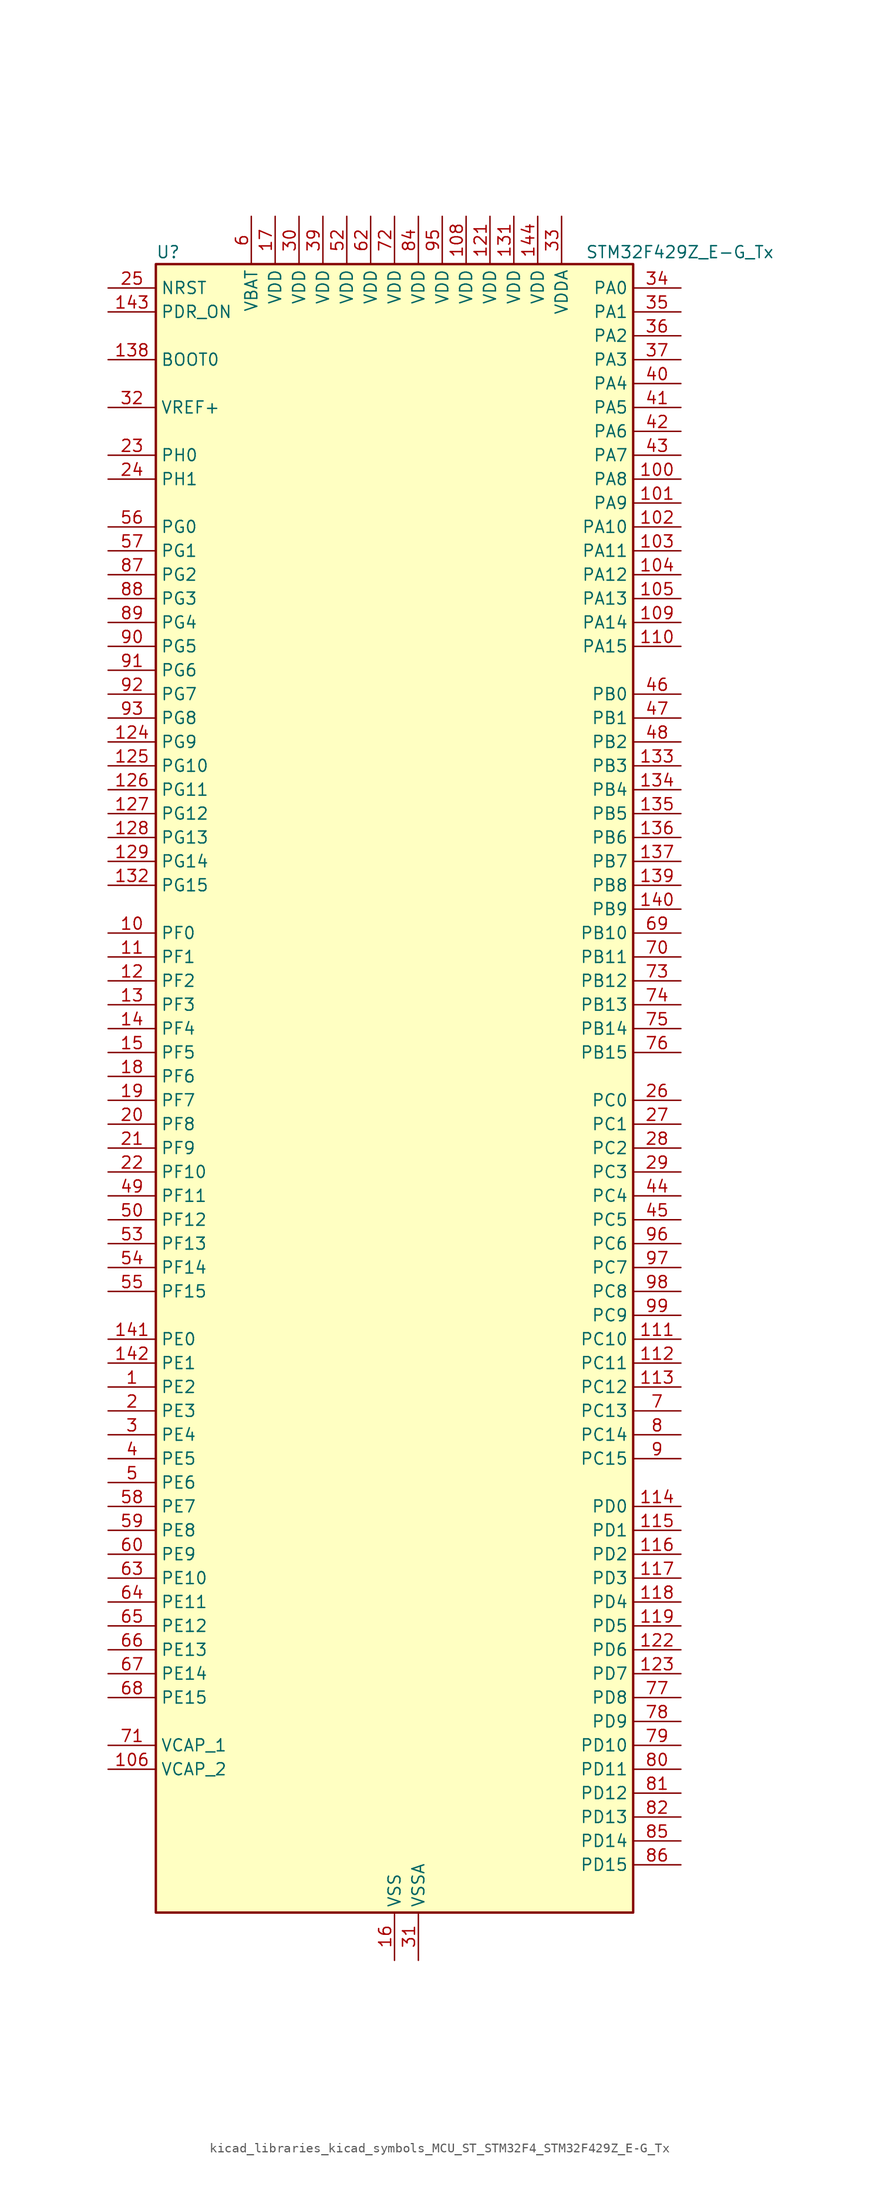
<source format=kicad_sym>
(kicad_symbol_lib
  (version 20220914)
  (generator kicad_symbol_editor)
  (symbol "kicad_libraries_kicad_symbols_MCU_ST_STM32F4_STM32F429Z_E-G_Tx"
    (property "Reference" "U"
      (at -25.4 90.17 0)
      (effects (font (size 1.27 1.27)) (justify left)))
    (property "Value" "STM32F429Z_E-G_Tx"
      (at 20.32 90.17 0)
      (effects (font (size 1.27 1.27)) (justify left)))
    (property "ki_locked" ""
      (at 0 0 0)
      (effects (font (size 1.27 1.27))))
    (symbol "kicad_libraries_kicad_symbols_MCU_ST_STM32F4_STM32F429Z_E-G_Tx_0_1"
      (rectangle (start -25.4 -86.36) (end 25.4 88.9) (stroke (width 0.254) (type default)) (fill (type background))))
    (symbol "kicad_libraries_kicad_symbols_MCU_ST_STM32F4_STM32F429Z_E-G_Tx_1_1"
      (pin bidirectional line (at -30.48 -30.48 0) (length 5.08) (name "PE2" (effects (font (size 1.27 1.27)))) (number "1" (effects (font (size 1.27 1.27)))) (alternate "ETH_TXD3" bidirectional line) (alternate "FMC_A23" bidirectional line) (alternate "SAI1_MCLK_A" bidirectional line) (alternate "SPI4_SCK" bidirectional line) (alternate "SYS_TRACECLK" bidirectional line))
      (pin bidirectional line (at -30.48 17.78 0) (length 5.08) (name "PF0" (effects (font (size 1.27 1.27)))) (number "10" (effects (font (size 1.27 1.27)))) (alternate "FMC_A0" bidirectional line) (alternate "I2C2_SDA" bidirectional line))
      (pin bidirectional line (at 30.48 66.04 180) (length 5.08) (name "PA8" (effects (font (size 1.27 1.27)))) (number "100" (effects (font (size 1.27 1.27)))) (alternate "I2C3_SCL" bidirectional line) (alternate "LTDC_R6" bidirectional line) (alternate "RCC_MCO_1" bidirectional line) (alternate "TIM1_CH1" bidirectional line) (alternate "USART1_CK" bidirectional line) (alternate "USB_OTG_FS_SOF" bidirectional line))
      (pin bidirectional line (at 30.48 63.5 180) (length 5.08) (name "PA9" (effects (font (size 1.27 1.27)))) (number "101" (effects (font (size 1.27 1.27)))) (alternate "DAC_EXTI9" bidirectional line) (alternate "DCMI_D0" bidirectional line) (alternate "I2C3_SMBA" bidirectional line) (alternate "TIM1_CH2" bidirectional line) (alternate "USART1_TX" bidirectional line) (alternate "USB_OTG_FS_VBUS" bidirectional line))
      (pin bidirectional line (at 30.48 60.96 180) (length 5.08) (name "PA10" (effects (font (size 1.27 1.27)))) (number "102" (effects (font (size 1.27 1.27)))) (alternate "DCMI_D1" bidirectional line) (alternate "TIM1_CH3" bidirectional line) (alternate "USART1_RX" bidirectional line) (alternate "USB_OTG_FS_ID" bidirectional line))
      (pin bidirectional line (at 30.48 58.42 180) (length 5.08) (name "PA11" (effects (font (size 1.27 1.27)))) (number "103" (effects (font (size 1.27 1.27)))) (alternate "ADC1_EXTI11" bidirectional line) (alternate "ADC2_EXTI11" bidirectional line) (alternate "ADC3_EXTI11" bidirectional line) (alternate "CAN1_RX" bidirectional line) (alternate "LTDC_R4" bidirectional line) (alternate "TIM1_CH4" bidirectional line) (alternate "USART1_CTS" bidirectional line) (alternate "USB_OTG_FS_DM" bidirectional line))
      (pin bidirectional line (at 30.48 55.88 180) (length 5.08) (name "PA12" (effects (font (size 1.27 1.27)))) (number "104" (effects (font (size 1.27 1.27)))) (alternate "CAN1_TX" bidirectional line) (alternate "LTDC_R5" bidirectional line) (alternate "TIM1_ETR" bidirectional line) (alternate "USART1_RTS" bidirectional line) (alternate "USB_OTG_FS_DP" bidirectional line))
      (pin bidirectional line (at 30.48 53.34 180) (length 5.08) (name "PA13" (effects (font (size 1.27 1.27)))) (number "105" (effects (font (size 1.27 1.27)))) (alternate "SYS_JTMS-SWDIO" bidirectional line))
      (pin power_out line (at -30.48 -71.12 0) (length 5.08) (name "VCAP_2" (effects (font (size 1.27 1.27)))) (number "106" (effects (font (size 1.27 1.27)))))
      (pin passive line (at 0 -91.44 90) (length 5.08) hide (name "VSS" (effects (font (size 1.27 1.27)))) (number "107" (effects (font (size 1.27 1.27)))))
      (pin power_in line (at 7.62 93.98 270) (length 5.08) (name "VDD" (effects (font (size 1.27 1.27)))) (number "108" (effects (font (size 1.27 1.27)))))
      (pin bidirectional line (at 30.48 50.8 180) (length 5.08) (name "PA14" (effects (font (size 1.27 1.27)))) (number "109" (effects (font (size 1.27 1.27)))) (alternate "SYS_JTCK-SWCLK" bidirectional line))
      (pin bidirectional line (at -30.48 15.24 0) (length 5.08) (name "PF1" (effects (font (size 1.27 1.27)))) (number "11" (effects (font (size 1.27 1.27)))) (alternate "FMC_A1" bidirectional line) (alternate "I2C2_SCL" bidirectional line))
      (pin bidirectional line (at 30.48 48.26 180) (length 5.08) (name "PA15" (effects (font (size 1.27 1.27)))) (number "110" (effects (font (size 1.27 1.27)))) (alternate "ADC1_EXTI15" bidirectional line) (alternate "ADC2_EXTI15" bidirectional line) (alternate "ADC3_EXTI15" bidirectional line) (alternate "I2S3_WS" bidirectional line) (alternate "SPI1_NSS" bidirectional line) (alternate "SPI3_NSS" bidirectional line) (alternate "SYS_JTDI" bidirectional line) (alternate "TIM2_CH1" bidirectional line) (alternate "TIM2_ETR" bidirectional line))
      (pin bidirectional line (at 30.48 -25.4 180) (length 5.08) (name "PC10" (effects (font (size 1.27 1.27)))) (number "111" (effects (font (size 1.27 1.27)))) (alternate "DCMI_D8" bidirectional line) (alternate "I2S3_CK" bidirectional line) (alternate "LTDC_R2" bidirectional line) (alternate "SDIO_D2" bidirectional line) (alternate "SPI3_SCK" bidirectional line) (alternate "UART4_TX" bidirectional line) (alternate "USART3_TX" bidirectional line))
      (pin bidirectional line (at 30.48 -27.94 180) (length 5.08) (name "PC11" (effects (font (size 1.27 1.27)))) (number "112" (effects (font (size 1.27 1.27)))) (alternate "ADC1_EXTI11" bidirectional line) (alternate "ADC2_EXTI11" bidirectional line) (alternate "ADC3_EXTI11" bidirectional line) (alternate "DCMI_D4" bidirectional line) (alternate "I2S3_ext_SD" bidirectional line) (alternate "SDIO_D3" bidirectional line) (alternate "SPI3_MISO" bidirectional line) (alternate "UART4_RX" bidirectional line) (alternate "USART3_RX" bidirectional line))
      (pin bidirectional line (at 30.48 -30.48 180) (length 5.08) (name "PC12" (effects (font (size 1.27 1.27)))) (number "113" (effects (font (size 1.27 1.27)))) (alternate "DCMI_D9" bidirectional line) (alternate "I2S3_SD" bidirectional line) (alternate "SDIO_CK" bidirectional line) (alternate "SPI3_MOSI" bidirectional line) (alternate "UART5_TX" bidirectional line) (alternate "USART3_CK" bidirectional line))
      (pin bidirectional line (at 30.48 -43.18 180) (length 5.08) (name "PD0" (effects (font (size 1.27 1.27)))) (number "114" (effects (font (size 1.27 1.27)))) (alternate "CAN1_RX" bidirectional line) (alternate "FMC_D2" bidirectional line) (alternate "FMC_DA2" bidirectional line))
      (pin bidirectional line (at 30.48 -45.72 180) (length 5.08) (name "PD1" (effects (font (size 1.27 1.27)))) (number "115" (effects (font (size 1.27 1.27)))) (alternate "CAN1_TX" bidirectional line) (alternate "FMC_D3" bidirectional line) (alternate "FMC_DA3" bidirectional line))
      (pin bidirectional line (at 30.48 -48.26 180) (length 5.08) (name "PD2" (effects (font (size 1.27 1.27)))) (number "116" (effects (font (size 1.27 1.27)))) (alternate "DCMI_D11" bidirectional line) (alternate "SDIO_CMD" bidirectional line) (alternate "TIM3_ETR" bidirectional line) (alternate "UART5_RX" bidirectional line))
      (pin bidirectional line (at 30.48 -50.8 180) (length 5.08) (name "PD3" (effects (font (size 1.27 1.27)))) (number "117" (effects (font (size 1.27 1.27)))) (alternate "DCMI_D5" bidirectional line) (alternate "FMC_CLK" bidirectional line) (alternate "I2S2_CK" bidirectional line) (alternate "LTDC_G7" bidirectional line) (alternate "SPI2_SCK" bidirectional line) (alternate "USART2_CTS" bidirectional line))
      (pin bidirectional line (at 30.48 -53.34 180) (length 5.08) (name "PD4" (effects (font (size 1.27 1.27)))) (number "118" (effects (font (size 1.27 1.27)))) (alternate "FMC_NOE" bidirectional line) (alternate "USART2_RTS" bidirectional line))
      (pin bidirectional line (at 30.48 -55.88 180) (length 5.08) (name "PD5" (effects (font (size 1.27 1.27)))) (number "119" (effects (font (size 1.27 1.27)))) (alternate "FMC_NWE" bidirectional line) (alternate "USART2_TX" bidirectional line))
      (pin bidirectional line (at -30.48 12.7 0) (length 5.08) (name "PF2" (effects (font (size 1.27 1.27)))) (number "12" (effects (font (size 1.27 1.27)))) (alternate "FMC_A2" bidirectional line) (alternate "I2C2_SMBA" bidirectional line))
      (pin passive line (at 0 -91.44 90) (length 5.08) hide (name "VSS" (effects (font (size 1.27 1.27)))) (number "120" (effects (font (size 1.27 1.27)))))
      (pin power_in line (at 10.16 93.98 270) (length 5.08) (name "VDD" (effects (font (size 1.27 1.27)))) (number "121" (effects (font (size 1.27 1.27)))))
      (pin bidirectional line (at 30.48 -58.42 180) (length 5.08) (name "PD6" (effects (font (size 1.27 1.27)))) (number "122" (effects (font (size 1.27 1.27)))) (alternate "DCMI_D10" bidirectional line) (alternate "FMC_NWAIT" bidirectional line) (alternate "I2S3_SD" bidirectional line) (alternate "LTDC_B2" bidirectional line) (alternate "SAI1_SD_A" bidirectional line) (alternate "SPI3_MOSI" bidirectional line) (alternate "USART2_RX" bidirectional line))
      (pin bidirectional line (at 30.48 -60.96 180) (length 5.08) (name "PD7" (effects (font (size 1.27 1.27)))) (number "123" (effects (font (size 1.27 1.27)))) (alternate "FMC_NCE2" bidirectional line) (alternate "FMC_NE1" bidirectional line) (alternate "USART2_CK" bidirectional line))
      (pin bidirectional line (at -30.48 38.1 0) (length 5.08) (name "PG9" (effects (font (size 1.27 1.27)))) (number "124" (effects (font (size 1.27 1.27)))) (alternate "DAC_EXTI9" bidirectional line) (alternate "DCMI_VSYNC" bidirectional line) (alternate "FMC_NCE3" bidirectional line) (alternate "FMC_NE2" bidirectional line) (alternate "USART6_RX" bidirectional line))
      (pin bidirectional line (at -30.48 35.56 0) (length 5.08) (name "PG10" (effects (font (size 1.27 1.27)))) (number "125" (effects (font (size 1.27 1.27)))) (alternate "DCMI_D2" bidirectional line) (alternate "FMC_NCE4_1" bidirectional line) (alternate "FMC_NE3" bidirectional line) (alternate "LTDC_B2" bidirectional line) (alternate "LTDC_G3" bidirectional line))
      (pin bidirectional line (at -30.48 33.02 0) (length 5.08) (name "PG11" (effects (font (size 1.27 1.27)))) (number "126" (effects (font (size 1.27 1.27)))) (alternate "ADC1_EXTI11" bidirectional line) (alternate "ADC2_EXTI11" bidirectional line) (alternate "ADC3_EXTI11" bidirectional line) (alternate "DCMI_D3" bidirectional line) (alternate "ETH_TX_EN" bidirectional line) (alternate "FMC_NCE4_2" bidirectional line) (alternate "LTDC_B3" bidirectional line))
      (pin bidirectional line (at -30.48 30.48 0) (length 5.08) (name "PG12" (effects (font (size 1.27 1.27)))) (number "127" (effects (font (size 1.27 1.27)))) (alternate "FMC_NE4" bidirectional line) (alternate "LTDC_B1" bidirectional line) (alternate "LTDC_B4" bidirectional line) (alternate "SPI6_MISO" bidirectional line) (alternate "USART6_RTS" bidirectional line))
      (pin bidirectional line (at -30.48 27.94 0) (length 5.08) (name "PG13" (effects (font (size 1.27 1.27)))) (number "128" (effects (font (size 1.27 1.27)))) (alternate "ETH_TXD0" bidirectional line) (alternate "FMC_A24" bidirectional line) (alternate "SPI6_SCK" bidirectional line) (alternate "USART6_CTS" bidirectional line))
      (pin bidirectional line (at -30.48 25.4 0) (length 5.08) (name "PG14" (effects (font (size 1.27 1.27)))) (number "129" (effects (font (size 1.27 1.27)))) (alternate "ETH_TXD1" bidirectional line) (alternate "FMC_A25" bidirectional line) (alternate "SPI6_MOSI" bidirectional line) (alternate "USART6_TX" bidirectional line))
      (pin bidirectional line (at -30.48 10.16 0) (length 5.08) (name "PF3" (effects (font (size 1.27 1.27)))) (number "13" (effects (font (size 1.27 1.27)))) (alternate "ADC3_IN9" bidirectional line) (alternate "FMC_A3" bidirectional line))
      (pin passive line (at 0 -91.44 90) (length 5.08) hide (name "VSS" (effects (font (size 1.27 1.27)))) (number "130" (effects (font (size 1.27 1.27)))))
      (pin power_in line (at 12.7 93.98 270) (length 5.08) (name "VDD" (effects (font (size 1.27 1.27)))) (number "131" (effects (font (size 1.27 1.27)))))
      (pin bidirectional line (at -30.48 22.86 0) (length 5.08) (name "PG15" (effects (font (size 1.27 1.27)))) (number "132" (effects (font (size 1.27 1.27)))) (alternate "ADC1_EXTI15" bidirectional line) (alternate "ADC2_EXTI15" bidirectional line) (alternate "ADC3_EXTI15" bidirectional line) (alternate "DCMI_D13" bidirectional line) (alternate "FMC_SDNCAS" bidirectional line) (alternate "USART6_CTS" bidirectional line))
      (pin bidirectional line (at 30.48 35.56 180) (length 5.08) (name "PB3" (effects (font (size 1.27 1.27)))) (number "133" (effects (font (size 1.27 1.27)))) (alternate "I2S3_CK" bidirectional line) (alternate "SPI1_SCK" bidirectional line) (alternate "SPI3_SCK" bidirectional line) (alternate "SYS_JTDO-SWO" bidirectional line) (alternate "TIM2_CH2" bidirectional line))
      (pin bidirectional line (at 30.48 33.02 180) (length 5.08) (name "PB4" (effects (font (size 1.27 1.27)))) (number "134" (effects (font (size 1.27 1.27)))) (alternate "I2S3_ext_SD" bidirectional line) (alternate "SPI1_MISO" bidirectional line) (alternate "SPI3_MISO" bidirectional line) (alternate "SYS_JTRST" bidirectional line) (alternate "TIM3_CH1" bidirectional line))
      (pin bidirectional line (at 30.48 30.48 180) (length 5.08) (name "PB5" (effects (font (size 1.27 1.27)))) (number "135" (effects (font (size 1.27 1.27)))) (alternate "CAN2_RX" bidirectional line) (alternate "DCMI_D10" bidirectional line) (alternate "ETH_PPS_OUT" bidirectional line) (alternate "FMC_SDCKE1" bidirectional line) (alternate "I2C1_SMBA" bidirectional line) (alternate "I2S3_SD" bidirectional line) (alternate "SPI1_MOSI" bidirectional line) (alternate "SPI3_MOSI" bidirectional line) (alternate "TIM3_CH2" bidirectional line) (alternate "USB_OTG_HS_ULPI_D7" bidirectional line))
      (pin bidirectional line (at 30.48 27.94 180) (length 5.08) (name "PB6" (effects (font (size 1.27 1.27)))) (number "136" (effects (font (size 1.27 1.27)))) (alternate "CAN2_TX" bidirectional line) (alternate "DCMI_D5" bidirectional line) (alternate "FMC_SDNE1" bidirectional line) (alternate "I2C1_SCL" bidirectional line) (alternate "TIM4_CH1" bidirectional line) (alternate "USART1_TX" bidirectional line))
      (pin bidirectional line (at 30.48 25.4 180) (length 5.08) (name "PB7" (effects (font (size 1.27 1.27)))) (number "137" (effects (font (size 1.27 1.27)))) (alternate "DCMI_VSYNC" bidirectional line) (alternate "FMC_NL" bidirectional line) (alternate "I2C1_SDA" bidirectional line) (alternate "TIM4_CH2" bidirectional line) (alternate "USART1_RX" bidirectional line))
      (pin input line (at -30.48 78.74 0) (length 5.08) (name "BOOT0" (effects (font (size 1.27 1.27)))) (number "138" (effects (font (size 1.27 1.27)))))
      (pin bidirectional line (at 30.48 22.86 180) (length 5.08) (name "PB8" (effects (font (size 1.27 1.27)))) (number "139" (effects (font (size 1.27 1.27)))) (alternate "CAN1_RX" bidirectional line) (alternate "DCMI_D6" bidirectional line) (alternate "ETH_TXD3" bidirectional line) (alternate "I2C1_SCL" bidirectional line) (alternate "LTDC_B6" bidirectional line) (alternate "SDIO_D4" bidirectional line) (alternate "TIM10_CH1" bidirectional line) (alternate "TIM4_CH3" bidirectional line))
      (pin bidirectional line (at -30.48 7.62 0) (length 5.08) (name "PF4" (effects (font (size 1.27 1.27)))) (number "14" (effects (font (size 1.27 1.27)))) (alternate "ADC3_IN14" bidirectional line) (alternate "FMC_A4" bidirectional line))
      (pin bidirectional line (at 30.48 20.32 180) (length 5.08) (name "PB9" (effects (font (size 1.27 1.27)))) (number "140" (effects (font (size 1.27 1.27)))) (alternate "CAN1_TX" bidirectional line) (alternate "DAC_EXTI9" bidirectional line) (alternate "DCMI_D7" bidirectional line) (alternate "I2C1_SDA" bidirectional line) (alternate "I2S2_WS" bidirectional line) (alternate "LTDC_B7" bidirectional line) (alternate "SDIO_D5" bidirectional line) (alternate "SPI2_NSS" bidirectional line) (alternate "TIM11_CH1" bidirectional line) (alternate "TIM4_CH4" bidirectional line))
      (pin bidirectional line (at -30.48 -25.4 0) (length 5.08) (name "PE0" (effects (font (size 1.27 1.27)))) (number "141" (effects (font (size 1.27 1.27)))) (alternate "DCMI_D2" bidirectional line) (alternate "FMC_NBL0" bidirectional line) (alternate "TIM4_ETR" bidirectional line) (alternate "UART8_RX" bidirectional line))
      (pin bidirectional line (at -30.48 -27.94 0) (length 5.08) (name "PE1" (effects (font (size 1.27 1.27)))) (number "142" (effects (font (size 1.27 1.27)))) (alternate "DCMI_D3" bidirectional line) (alternate "FMC_NBL1" bidirectional line) (alternate "UART8_TX" bidirectional line))
      (pin input line (at -30.48 83.82 0) (length 5.08) (name "PDR_ON" (effects (font (size 1.27 1.27)))) (number "143" (effects (font (size 1.27 1.27)))))
      (pin power_in line (at 15.24 93.98 270) (length 5.08) (name "VDD" (effects (font (size 1.27 1.27)))) (number "144" (effects (font (size 1.27 1.27)))))
      (pin bidirectional line (at -30.48 5.08 0) (length 5.08) (name "PF5" (effects (font (size 1.27 1.27)))) (number "15" (effects (font (size 1.27 1.27)))) (alternate "ADC3_IN15" bidirectional line) (alternate "FMC_A5" bidirectional line))
      (pin power_in line (at 0 -91.44 90) (length 5.08) (name "VSS" (effects (font (size 1.27 1.27)))) (number "16" (effects (font (size 1.27 1.27)))))
      (pin power_in line (at -12.7 93.98 270) (length 5.08) (name "VDD" (effects (font (size 1.27 1.27)))) (number "17" (effects (font (size 1.27 1.27)))))
      (pin bidirectional line (at -30.48 2.54 0) (length 5.08) (name "PF6" (effects (font (size 1.27 1.27)))) (number "18" (effects (font (size 1.27 1.27)))) (alternate "ADC3_IN4" bidirectional line) (alternate "FMC_NIORD" bidirectional line) (alternate "SAI1_SD_B" bidirectional line) (alternate "SPI5_NSS" bidirectional line) (alternate "TIM10_CH1" bidirectional line) (alternate "UART7_RX" bidirectional line))
      (pin bidirectional line (at -30.48 0 0) (length 5.08) (name "PF7" (effects (font (size 1.27 1.27)))) (number "19" (effects (font (size 1.27 1.27)))) (alternate "ADC3_IN5" bidirectional line) (alternate "FMC_NREG" bidirectional line) (alternate "SAI1_MCLK_B" bidirectional line) (alternate "SPI5_SCK" bidirectional line) (alternate "TIM11_CH1" bidirectional line) (alternate "UART7_TX" bidirectional line))
      (pin bidirectional line (at -30.48 -33.02 0) (length 5.08) (name "PE3" (effects (font (size 1.27 1.27)))) (number "2" (effects (font (size 1.27 1.27)))) (alternate "FMC_A19" bidirectional line) (alternate "SAI1_SD_B" bidirectional line) (alternate "SYS_TRACED0" bidirectional line))
      (pin bidirectional line (at -30.48 -2.54 0) (length 5.08) (name "PF8" (effects (font (size 1.27 1.27)))) (number "20" (effects (font (size 1.27 1.27)))) (alternate "ADC3_IN6" bidirectional line) (alternate "FMC_NIOWR" bidirectional line) (alternate "SAI1_SCK_B" bidirectional line) (alternate "SPI5_MISO" bidirectional line) (alternate "TIM13_CH1" bidirectional line))
      (pin bidirectional line (at -30.48 -5.08 0) (length 5.08) (name "PF9" (effects (font (size 1.27 1.27)))) (number "21" (effects (font (size 1.27 1.27)))) (alternate "ADC3_IN7" bidirectional line) (alternate "DAC_EXTI9" bidirectional line) (alternate "FMC_CD" bidirectional line) (alternate "SAI1_FS_B" bidirectional line) (alternate "SPI5_MOSI" bidirectional line) (alternate "TIM14_CH1" bidirectional line))
      (pin bidirectional line (at -30.48 -7.62 0) (length 5.08) (name "PF10" (effects (font (size 1.27 1.27)))) (number "22" (effects (font (size 1.27 1.27)))) (alternate "ADC3_IN8" bidirectional line) (alternate "DCMI_D11" bidirectional line) (alternate "FMC_INTR" bidirectional line) (alternate "LTDC_DE" bidirectional line))
      (pin bidirectional line (at -30.48 68.58 0) (length 5.08) (name "PH0" (effects (font (size 1.27 1.27)))) (number "23" (effects (font (size 1.27 1.27)))) (alternate "RCC_OSC_IN" bidirectional line))
      (pin bidirectional line (at -30.48 66.04 0) (length 5.08) (name "PH1" (effects (font (size 1.27 1.27)))) (number "24" (effects (font (size 1.27 1.27)))) (alternate "RCC_OSC_OUT" bidirectional line))
      (pin input line (at -30.48 86.36 0) (length 5.08) (name "NRST" (effects (font (size 1.27 1.27)))) (number "25" (effects (font (size 1.27 1.27)))))
      (pin bidirectional line (at 30.48 0 180) (length 5.08) (name "PC0" (effects (font (size 1.27 1.27)))) (number "26" (effects (font (size 1.27 1.27)))) (alternate "ADC1_IN10" bidirectional line) (alternate "ADC2_IN10" bidirectional line) (alternate "ADC3_IN10" bidirectional line) (alternate "FMC_SDNWE" bidirectional line) (alternate "USB_OTG_HS_ULPI_STP" bidirectional line))
      (pin bidirectional line (at 30.48 -2.54 180) (length 5.08) (name "PC1" (effects (font (size 1.27 1.27)))) (number "27" (effects (font (size 1.27 1.27)))) (alternate "ADC1_IN11" bidirectional line) (alternate "ADC2_IN11" bidirectional line) (alternate "ADC3_IN11" bidirectional line) (alternate "ETH_MDC" bidirectional line))
      (pin bidirectional line (at 30.48 -5.08 180) (length 5.08) (name "PC2" (effects (font (size 1.27 1.27)))) (number "28" (effects (font (size 1.27 1.27)))) (alternate "ADC1_IN12" bidirectional line) (alternate "ADC2_IN12" bidirectional line) (alternate "ADC3_IN12" bidirectional line) (alternate "ETH_TXD2" bidirectional line) (alternate "FMC_SDNE0" bidirectional line) (alternate "I2S2_ext_SD" bidirectional line) (alternate "SPI2_MISO" bidirectional line) (alternate "USB_OTG_HS_ULPI_DIR" bidirectional line))
      (pin bidirectional line (at 30.48 -7.62 180) (length 5.08) (name "PC3" (effects (font (size 1.27 1.27)))) (number "29" (effects (font (size 1.27 1.27)))) (alternate "ADC1_IN13" bidirectional line) (alternate "ADC2_IN13" bidirectional line) (alternate "ADC3_IN13" bidirectional line) (alternate "ETH_TX_CLK" bidirectional line) (alternate "FMC_SDCKE0" bidirectional line) (alternate "I2S2_SD" bidirectional line) (alternate "SPI2_MOSI" bidirectional line) (alternate "USB_OTG_HS_ULPI_NXT" bidirectional line))
      (pin bidirectional line (at -30.48 -35.56 0) (length 5.08) (name "PE4" (effects (font (size 1.27 1.27)))) (number "3" (effects (font (size 1.27 1.27)))) (alternate "DCMI_D4" bidirectional line) (alternate "FMC_A20" bidirectional line) (alternate "LTDC_B0" bidirectional line) (alternate "SAI1_FS_A" bidirectional line) (alternate "SPI4_NSS" bidirectional line) (alternate "SYS_TRACED1" bidirectional line))
      (pin power_in line (at -10.16 93.98 270) (length 5.08) (name "VDD" (effects (font (size 1.27 1.27)))) (number "30" (effects (font (size 1.27 1.27)))))
      (pin power_in line (at 2.54 -91.44 90) (length 5.08) (name "VSSA" (effects (font (size 1.27 1.27)))) (number "31" (effects (font (size 1.27 1.27)))))
      (pin input line (at -30.48 73.66 0) (length 5.08) (name "VREF+" (effects (font (size 1.27 1.27)))) (number "32" (effects (font (size 1.27 1.27)))))
      (pin power_in line (at 17.78 93.98 270) (length 5.08) (name "VDDA" (effects (font (size 1.27 1.27)))) (number "33" (effects (font (size 1.27 1.27)))))
      (pin bidirectional line (at 30.48 86.36 180) (length 5.08) (name "PA0" (effects (font (size 1.27 1.27)))) (number "34" (effects (font (size 1.27 1.27)))) (alternate "ADC1_IN0" bidirectional line) (alternate "ADC2_IN0" bidirectional line) (alternate "ADC3_IN0" bidirectional line) (alternate "ETH_CRS" bidirectional line) (alternate "SYS_WKUP" bidirectional line) (alternate "TIM2_CH1" bidirectional line) (alternate "TIM2_ETR" bidirectional line) (alternate "TIM5_CH1" bidirectional line) (alternate "TIM8_ETR" bidirectional line) (alternate "UART4_TX" bidirectional line) (alternate "USART2_CTS" bidirectional line))
      (pin bidirectional line (at 30.48 83.82 180) (length 5.08) (name "PA1" (effects (font (size 1.27 1.27)))) (number "35" (effects (font (size 1.27 1.27)))) (alternate "ADC1_IN1" bidirectional line) (alternate "ADC2_IN1" bidirectional line) (alternate "ADC3_IN1" bidirectional line) (alternate "ETH_REF_CLK" bidirectional line) (alternate "ETH_RX_CLK" bidirectional line) (alternate "TIM2_CH2" bidirectional line) (alternate "TIM5_CH2" bidirectional line) (alternate "UART4_RX" bidirectional line) (alternate "USART2_RTS" bidirectional line))
      (pin bidirectional line (at 30.48 81.28 180) (length 5.08) (name "PA2" (effects (font (size 1.27 1.27)))) (number "36" (effects (font (size 1.27 1.27)))) (alternate "ADC1_IN2" bidirectional line) (alternate "ADC2_IN2" bidirectional line) (alternate "ADC3_IN2" bidirectional line) (alternate "ETH_MDIO" bidirectional line) (alternate "TIM2_CH3" bidirectional line) (alternate "TIM5_CH3" bidirectional line) (alternate "TIM9_CH1" bidirectional line) (alternate "USART2_TX" bidirectional line))
      (pin bidirectional line (at 30.48 78.74 180) (length 5.08) (name "PA3" (effects (font (size 1.27 1.27)))) (number "37" (effects (font (size 1.27 1.27)))) (alternate "ADC1_IN3" bidirectional line) (alternate "ADC2_IN3" bidirectional line) (alternate "ADC3_IN3" bidirectional line) (alternate "ETH_COL" bidirectional line) (alternate "LTDC_B5" bidirectional line) (alternate "TIM2_CH4" bidirectional line) (alternate "TIM5_CH4" bidirectional line) (alternate "TIM9_CH2" bidirectional line) (alternate "USART2_RX" bidirectional line) (alternate "USB_OTG_HS_ULPI_D0" bidirectional line))
      (pin passive line (at 0 -91.44 90) (length 5.08) hide (name "VSS" (effects (font (size 1.27 1.27)))) (number "38" (effects (font (size 1.27 1.27)))))
      (pin power_in line (at -7.62 93.98 270) (length 5.08) (name "VDD" (effects (font (size 1.27 1.27)))) (number "39" (effects (font (size 1.27 1.27)))))
      (pin bidirectional line (at -30.48 -38.1 0) (length 5.08) (name "PE5" (effects (font (size 1.27 1.27)))) (number "4" (effects (font (size 1.27 1.27)))) (alternate "DCMI_D6" bidirectional line) (alternate "FMC_A21" bidirectional line) (alternate "LTDC_G0" bidirectional line) (alternate "SAI1_SCK_A" bidirectional line) (alternate "SPI4_MISO" bidirectional line) (alternate "SYS_TRACED2" bidirectional line) (alternate "TIM9_CH1" bidirectional line))
      (pin bidirectional line (at 30.48 76.2 180) (length 5.08) (name "PA4" (effects (font (size 1.27 1.27)))) (number "40" (effects (font (size 1.27 1.27)))) (alternate "ADC1_IN4" bidirectional line) (alternate "ADC2_IN4" bidirectional line) (alternate "DAC_OUT1" bidirectional line) (alternate "DCMI_HSYNC" bidirectional line) (alternate "I2S3_WS" bidirectional line) (alternate "LTDC_VSYNC" bidirectional line) (alternate "SPI1_NSS" bidirectional line) (alternate "SPI3_NSS" bidirectional line) (alternate "USART2_CK" bidirectional line) (alternate "USB_OTG_HS_SOF" bidirectional line))
      (pin bidirectional line (at 30.48 73.66 180) (length 5.08) (name "PA5" (effects (font (size 1.27 1.27)))) (number "41" (effects (font (size 1.27 1.27)))) (alternate "ADC1_IN5" bidirectional line) (alternate "ADC2_IN5" bidirectional line) (alternate "DAC_OUT2" bidirectional line) (alternate "SPI1_SCK" bidirectional line) (alternate "TIM2_CH1" bidirectional line) (alternate "TIM2_ETR" bidirectional line) (alternate "TIM8_CH1N" bidirectional line) (alternate "USB_OTG_HS_ULPI_CK" bidirectional line))
      (pin bidirectional line (at 30.48 71.12 180) (length 5.08) (name "PA6" (effects (font (size 1.27 1.27)))) (number "42" (effects (font (size 1.27 1.27)))) (alternate "ADC1_IN6" bidirectional line) (alternate "ADC2_IN6" bidirectional line) (alternate "DCMI_PIXCLK" bidirectional line) (alternate "LTDC_G2" bidirectional line) (alternate "SPI1_MISO" bidirectional line) (alternate "TIM13_CH1" bidirectional line) (alternate "TIM1_BKIN" bidirectional line) (alternate "TIM3_CH1" bidirectional line) (alternate "TIM8_BKIN" bidirectional line))
      (pin bidirectional line (at 30.48 68.58 180) (length 5.08) (name "PA7" (effects (font (size 1.27 1.27)))) (number "43" (effects (font (size 1.27 1.27)))) (alternate "ADC1_IN7" bidirectional line) (alternate "ADC2_IN7" bidirectional line) (alternate "ETH_CRS_DV" bidirectional line) (alternate "ETH_RX_DV" bidirectional line) (alternate "SPI1_MOSI" bidirectional line) (alternate "TIM14_CH1" bidirectional line) (alternate "TIM1_CH1N" bidirectional line) (alternate "TIM3_CH2" bidirectional line) (alternate "TIM8_CH1N" bidirectional line))
      (pin bidirectional line (at 30.48 -10.16 180) (length 5.08) (name "PC4" (effects (font (size 1.27 1.27)))) (number "44" (effects (font (size 1.27 1.27)))) (alternate "ADC1_IN14" bidirectional line) (alternate "ADC2_IN14" bidirectional line) (alternate "ETH_RXD0" bidirectional line))
      (pin bidirectional line (at 30.48 -12.7 180) (length 5.08) (name "PC5" (effects (font (size 1.27 1.27)))) (number "45" (effects (font (size 1.27 1.27)))) (alternate "ADC1_IN15" bidirectional line) (alternate "ADC2_IN15" bidirectional line) (alternate "ETH_RXD1" bidirectional line))
      (pin bidirectional line (at 30.48 43.18 180) (length 5.08) (name "PB0" (effects (font (size 1.27 1.27)))) (number "46" (effects (font (size 1.27 1.27)))) (alternate "ADC1_IN8" bidirectional line) (alternate "ADC2_IN8" bidirectional line) (alternate "ETH_RXD2" bidirectional line) (alternate "LTDC_R3" bidirectional line) (alternate "TIM1_CH2N" bidirectional line) (alternate "TIM3_CH3" bidirectional line) (alternate "TIM8_CH2N" bidirectional line) (alternate "USB_OTG_HS_ULPI_D1" bidirectional line))
      (pin bidirectional line (at 30.48 40.64 180) (length 5.08) (name "PB1" (effects (font (size 1.27 1.27)))) (number "47" (effects (font (size 1.27 1.27)))) (alternate "ADC1_IN9" bidirectional line) (alternate "ADC2_IN9" bidirectional line) (alternate "ETH_RXD3" bidirectional line) (alternate "LTDC_R6" bidirectional line) (alternate "TIM1_CH3N" bidirectional line) (alternate "TIM3_CH4" bidirectional line) (alternate "TIM8_CH3N" bidirectional line) (alternate "USB_OTG_HS_ULPI_D2" bidirectional line))
      (pin bidirectional line (at 30.48 38.1 180) (length 5.08) (name "PB2" (effects (font (size 1.27 1.27)))) (number "48" (effects (font (size 1.27 1.27)))))
      (pin bidirectional line (at -30.48 -10.16 0) (length 5.08) (name "PF11" (effects (font (size 1.27 1.27)))) (number "49" (effects (font (size 1.27 1.27)))) (alternate "ADC1_EXTI11" bidirectional line) (alternate "ADC2_EXTI11" bidirectional line) (alternate "ADC3_EXTI11" bidirectional line) (alternate "DCMI_D12" bidirectional line) (alternate "FMC_SDNRAS" bidirectional line) (alternate "SPI5_MOSI" bidirectional line))
      (pin bidirectional line (at -30.48 -40.64 0) (length 5.08) (name "PE6" (effects (font (size 1.27 1.27)))) (number "5" (effects (font (size 1.27 1.27)))) (alternate "DCMI_D7" bidirectional line) (alternate "FMC_A22" bidirectional line) (alternate "LTDC_G1" bidirectional line) (alternate "SAI1_SD_A" bidirectional line) (alternate "SPI4_MOSI" bidirectional line) (alternate "SYS_TRACED3" bidirectional line) (alternate "TIM9_CH2" bidirectional line))
      (pin bidirectional line (at -30.48 -12.7 0) (length 5.08) (name "PF12" (effects (font (size 1.27 1.27)))) (number "50" (effects (font (size 1.27 1.27)))) (alternate "FMC_A6" bidirectional line))
      (pin passive line (at 0 -91.44 90) (length 5.08) hide (name "VSS" (effects (font (size 1.27 1.27)))) (number "51" (effects (font (size 1.27 1.27)))))
      (pin power_in line (at -5.08 93.98 270) (length 5.08) (name "VDD" (effects (font (size 1.27 1.27)))) (number "52" (effects (font (size 1.27 1.27)))))
      (pin bidirectional line (at -30.48 -15.24 0) (length 5.08) (name "PF13" (effects (font (size 1.27 1.27)))) (number "53" (effects (font (size 1.27 1.27)))) (alternate "FMC_A7" bidirectional line))
      (pin bidirectional line (at -30.48 -17.78 0) (length 5.08) (name "PF14" (effects (font (size 1.27 1.27)))) (number "54" (effects (font (size 1.27 1.27)))) (alternate "FMC_A8" bidirectional line))
      (pin bidirectional line (at -30.48 -20.32 0) (length 5.08) (name "PF15" (effects (font (size 1.27 1.27)))) (number "55" (effects (font (size 1.27 1.27)))) (alternate "ADC1_EXTI15" bidirectional line) (alternate "ADC2_EXTI15" bidirectional line) (alternate "ADC3_EXTI15" bidirectional line) (alternate "FMC_A9" bidirectional line))
      (pin bidirectional line (at -30.48 60.96 0) (length 5.08) (name "PG0" (effects (font (size 1.27 1.27)))) (number "56" (effects (font (size 1.27 1.27)))) (alternate "FMC_A10" bidirectional line))
      (pin bidirectional line (at -30.48 58.42 0) (length 5.08) (name "PG1" (effects (font (size 1.27 1.27)))) (number "57" (effects (font (size 1.27 1.27)))) (alternate "FMC_A11" bidirectional line))
      (pin bidirectional line (at -30.48 -43.18 0) (length 5.08) (name "PE7" (effects (font (size 1.27 1.27)))) (number "58" (effects (font (size 1.27 1.27)))) (alternate "FMC_D4" bidirectional line) (alternate "FMC_DA4" bidirectional line) (alternate "TIM1_ETR" bidirectional line) (alternate "UART7_RX" bidirectional line))
      (pin bidirectional line (at -30.48 -45.72 0) (length 5.08) (name "PE8" (effects (font (size 1.27 1.27)))) (number "59" (effects (font (size 1.27 1.27)))) (alternate "FMC_D5" bidirectional line) (alternate "FMC_DA5" bidirectional line) (alternate "TIM1_CH1N" bidirectional line) (alternate "UART7_TX" bidirectional line))
      (pin power_in line (at -15.24 93.98 270) (length 5.08) (name "VBAT" (effects (font (size 1.27 1.27)))) (number "6" (effects (font (size 1.27 1.27)))))
      (pin bidirectional line (at -30.48 -48.26 0) (length 5.08) (name "PE9" (effects (font (size 1.27 1.27)))) (number "60" (effects (font (size 1.27 1.27)))) (alternate "DAC_EXTI9" bidirectional line) (alternate "FMC_D6" bidirectional line) (alternate "FMC_DA6" bidirectional line) (alternate "TIM1_CH1" bidirectional line))
      (pin passive line (at 0 -91.44 90) (length 5.08) hide (name "VSS" (effects (font (size 1.27 1.27)))) (number "61" (effects (font (size 1.27 1.27)))))
      (pin power_in line (at -2.54 93.98 270) (length 5.08) (name "VDD" (effects (font (size 1.27 1.27)))) (number "62" (effects (font (size 1.27 1.27)))))
      (pin bidirectional line (at -30.48 -50.8 0) (length 5.08) (name "PE10" (effects (font (size 1.27 1.27)))) (number "63" (effects (font (size 1.27 1.27)))) (alternate "FMC_D7" bidirectional line) (alternate "FMC_DA7" bidirectional line) (alternate "TIM1_CH2N" bidirectional line))
      (pin bidirectional line (at -30.48 -53.34 0) (length 5.08) (name "PE11" (effects (font (size 1.27 1.27)))) (number "64" (effects (font (size 1.27 1.27)))) (alternate "ADC1_EXTI11" bidirectional line) (alternate "ADC2_EXTI11" bidirectional line) (alternate "ADC3_EXTI11" bidirectional line) (alternate "FMC_D8" bidirectional line) (alternate "FMC_DA8" bidirectional line) (alternate "LTDC_G3" bidirectional line) (alternate "SPI4_NSS" bidirectional line) (alternate "TIM1_CH2" bidirectional line))
      (pin bidirectional line (at -30.48 -55.88 0) (length 5.08) (name "PE12" (effects (font (size 1.27 1.27)))) (number "65" (effects (font (size 1.27 1.27)))) (alternate "FMC_D9" bidirectional line) (alternate "FMC_DA9" bidirectional line) (alternate "LTDC_B4" bidirectional line) (alternate "SPI4_SCK" bidirectional line) (alternate "TIM1_CH3N" bidirectional line))
      (pin bidirectional line (at -30.48 -58.42 0) (length 5.08) (name "PE13" (effects (font (size 1.27 1.27)))) (number "66" (effects (font (size 1.27 1.27)))) (alternate "FMC_D10" bidirectional line) (alternate "FMC_DA10" bidirectional line) (alternate "LTDC_DE" bidirectional line) (alternate "SPI4_MISO" bidirectional line) (alternate "TIM1_CH3" bidirectional line))
      (pin bidirectional line (at -30.48 -60.96 0) (length 5.08) (name "PE14" (effects (font (size 1.27 1.27)))) (number "67" (effects (font (size 1.27 1.27)))) (alternate "FMC_D11" bidirectional line) (alternate "FMC_DA11" bidirectional line) (alternate "LTDC_CLK" bidirectional line) (alternate "SPI4_MOSI" bidirectional line) (alternate "TIM1_CH4" bidirectional line))
      (pin bidirectional line (at -30.48 -63.5 0) (length 5.08) (name "PE15" (effects (font (size 1.27 1.27)))) (number "68" (effects (font (size 1.27 1.27)))) (alternate "ADC1_EXTI15" bidirectional line) (alternate "ADC2_EXTI15" bidirectional line) (alternate "ADC3_EXTI15" bidirectional line) (alternate "FMC_D12" bidirectional line) (alternate "FMC_DA12" bidirectional line) (alternate "LTDC_R7" bidirectional line) (alternate "TIM1_BKIN" bidirectional line))
      (pin bidirectional line (at 30.48 17.78 180) (length 5.08) (name "PB10" (effects (font (size 1.27 1.27)))) (number "69" (effects (font (size 1.27 1.27)))) (alternate "ETH_RX_ER" bidirectional line) (alternate "I2C2_SCL" bidirectional line) (alternate "I2S2_CK" bidirectional line) (alternate "LTDC_G4" bidirectional line) (alternate "SPI2_SCK" bidirectional line) (alternate "TIM2_CH3" bidirectional line) (alternate "USART3_TX" bidirectional line) (alternate "USB_OTG_HS_ULPI_D3" bidirectional line))
      (pin bidirectional line (at 30.48 -33.02 180) (length 5.08) (name "PC13" (effects (font (size 1.27 1.27)))) (number "7" (effects (font (size 1.27 1.27)))) (alternate "RTC_AF1" bidirectional line))
      (pin bidirectional line (at 30.48 15.24 180) (length 5.08) (name "PB11" (effects (font (size 1.27 1.27)))) (number "70" (effects (font (size 1.27 1.27)))) (alternate "ADC1_EXTI11" bidirectional line) (alternate "ADC2_EXTI11" bidirectional line) (alternate "ADC3_EXTI11" bidirectional line) (alternate "ETH_TX_EN" bidirectional line) (alternate "I2C2_SDA" bidirectional line) (alternate "LTDC_G5" bidirectional line) (alternate "TIM2_CH4" bidirectional line) (alternate "USART3_RX" bidirectional line) (alternate "USB_OTG_HS_ULPI_D4" bidirectional line))
      (pin power_out line (at -30.48 -68.58 0) (length 5.08) (name "VCAP_1" (effects (font (size 1.27 1.27)))) (number "71" (effects (font (size 1.27 1.27)))))
      (pin power_in line (at 0 93.98 270) (length 5.08) (name "VDD" (effects (font (size 1.27 1.27)))) (number "72" (effects (font (size 1.27 1.27)))))
      (pin bidirectional line (at 30.48 12.7 180) (length 5.08) (name "PB12" (effects (font (size 1.27 1.27)))) (number "73" (effects (font (size 1.27 1.27)))) (alternate "CAN2_RX" bidirectional line) (alternate "ETH_TXD0" bidirectional line) (alternate "I2C2_SMBA" bidirectional line) (alternate "I2S2_WS" bidirectional line) (alternate "SPI2_NSS" bidirectional line) (alternate "TIM1_BKIN" bidirectional line) (alternate "USART3_CK" bidirectional line) (alternate "USB_OTG_HS_ID" bidirectional line) (alternate "USB_OTG_HS_ULPI_D5" bidirectional line))
      (pin bidirectional line (at 30.48 10.16 180) (length 5.08) (name "PB13" (effects (font (size 1.27 1.27)))) (number "74" (effects (font (size 1.27 1.27)))) (alternate "CAN2_TX" bidirectional line) (alternate "ETH_TXD1" bidirectional line) (alternate "I2S2_CK" bidirectional line) (alternate "SPI2_SCK" bidirectional line) (alternate "TIM1_CH1N" bidirectional line) (alternate "USART3_CTS" bidirectional line) (alternate "USB_OTG_HS_ULPI_D6" bidirectional line) (alternate "USB_OTG_HS_VBUS" bidirectional line))
      (pin bidirectional line (at 30.48 7.62 180) (length 5.08) (name "PB14" (effects (font (size 1.27 1.27)))) (number "75" (effects (font (size 1.27 1.27)))) (alternate "I2S2_ext_SD" bidirectional line) (alternate "SPI2_MISO" bidirectional line) (alternate "TIM12_CH1" bidirectional line) (alternate "TIM1_CH2N" bidirectional line) (alternate "TIM8_CH2N" bidirectional line) (alternate "USART3_RTS" bidirectional line) (alternate "USB_OTG_HS_DM" bidirectional line))
      (pin bidirectional line (at 30.48 5.08 180) (length 5.08) (name "PB15" (effects (font (size 1.27 1.27)))) (number "76" (effects (font (size 1.27 1.27)))) (alternate "ADC1_EXTI15" bidirectional line) (alternate "ADC2_EXTI15" bidirectional line) (alternate "ADC3_EXTI15" bidirectional line) (alternate "I2S2_SD" bidirectional line) (alternate "RTC_REFIN" bidirectional line) (alternate "SPI2_MOSI" bidirectional line) (alternate "TIM12_CH2" bidirectional line) (alternate "TIM1_CH3N" bidirectional line) (alternate "TIM8_CH3N" bidirectional line) (alternate "USB_OTG_HS_DP" bidirectional line))
      (pin bidirectional line (at 30.48 -63.5 180) (length 5.08) (name "PD8" (effects (font (size 1.27 1.27)))) (number "77" (effects (font (size 1.27 1.27)))) (alternate "FMC_D13" bidirectional line) (alternate "FMC_DA13" bidirectional line) (alternate "USART3_TX" bidirectional line))
      (pin bidirectional line (at 30.48 -66.04 180) (length 5.08) (name "PD9" (effects (font (size 1.27 1.27)))) (number "78" (effects (font (size 1.27 1.27)))) (alternate "DAC_EXTI9" bidirectional line) (alternate "FMC_D14" bidirectional line) (alternate "FMC_DA14" bidirectional line) (alternate "USART3_RX" bidirectional line))
      (pin bidirectional line (at 30.48 -68.58 180) (length 5.08) (name "PD10" (effects (font (size 1.27 1.27)))) (number "79" (effects (font (size 1.27 1.27)))) (alternate "FMC_D15" bidirectional line) (alternate "FMC_DA15" bidirectional line) (alternate "LTDC_B3" bidirectional line) (alternate "USART3_CK" bidirectional line))
      (pin bidirectional line (at 30.48 -35.56 180) (length 5.08) (name "PC14" (effects (font (size 1.27 1.27)))) (number "8" (effects (font (size 1.27 1.27)))) (alternate "RCC_OSC32_IN" bidirectional line))
      (pin bidirectional line (at 30.48 -71.12 180) (length 5.08) (name "PD11" (effects (font (size 1.27 1.27)))) (number "80" (effects (font (size 1.27 1.27)))) (alternate "ADC1_EXTI11" bidirectional line) (alternate "ADC2_EXTI11" bidirectional line) (alternate "ADC3_EXTI11" bidirectional line) (alternate "FMC_A16" bidirectional line) (alternate "FMC_CLE" bidirectional line) (alternate "USART3_CTS" bidirectional line))
      (pin bidirectional line (at 30.48 -73.66 180) (length 5.08) (name "PD12" (effects (font (size 1.27 1.27)))) (number "81" (effects (font (size 1.27 1.27)))) (alternate "FMC_A17" bidirectional line) (alternate "FMC_ALE" bidirectional line) (alternate "TIM4_CH1" bidirectional line) (alternate "USART3_RTS" bidirectional line))
      (pin bidirectional line (at 30.48 -76.2 180) (length 5.08) (name "PD13" (effects (font (size 1.27 1.27)))) (number "82" (effects (font (size 1.27 1.27)))) (alternate "FMC_A18" bidirectional line) (alternate "TIM4_CH2" bidirectional line))
      (pin passive line (at 0 -91.44 90) (length 5.08) hide (name "VSS" (effects (font (size 1.27 1.27)))) (number "83" (effects (font (size 1.27 1.27)))))
      (pin power_in line (at 2.54 93.98 270) (length 5.08) (name "VDD" (effects (font (size 1.27 1.27)))) (number "84" (effects (font (size 1.27 1.27)))))
      (pin bidirectional line (at 30.48 -78.74 180) (length 5.08) (name "PD14" (effects (font (size 1.27 1.27)))) (number "85" (effects (font (size 1.27 1.27)))) (alternate "FMC_D0" bidirectional line) (alternate "FMC_DA0" bidirectional line) (alternate "TIM4_CH3" bidirectional line))
      (pin bidirectional line (at 30.48 -81.28 180) (length 5.08) (name "PD15" (effects (font (size 1.27 1.27)))) (number "86" (effects (font (size 1.27 1.27)))) (alternate "ADC1_EXTI15" bidirectional line) (alternate "ADC2_EXTI15" bidirectional line) (alternate "ADC3_EXTI15" bidirectional line) (alternate "FMC_D1" bidirectional line) (alternate "FMC_DA1" bidirectional line) (alternate "TIM4_CH4" bidirectional line))
      (pin bidirectional line (at -30.48 55.88 0) (length 5.08) (name "PG2" (effects (font (size 1.27 1.27)))) (number "87" (effects (font (size 1.27 1.27)))) (alternate "FMC_A12" bidirectional line))
      (pin bidirectional line (at -30.48 53.34 0) (length 5.08) (name "PG3" (effects (font (size 1.27 1.27)))) (number "88" (effects (font (size 1.27 1.27)))) (alternate "FMC_A13" bidirectional line))
      (pin bidirectional line (at -30.48 50.8 0) (length 5.08) (name "PG4" (effects (font (size 1.27 1.27)))) (number "89" (effects (font (size 1.27 1.27)))) (alternate "FMC_A14" bidirectional line) (alternate "FMC_BA0" bidirectional line))
      (pin bidirectional line (at 30.48 -38.1 180) (length 5.08) (name "PC15" (effects (font (size 1.27 1.27)))) (number "9" (effects (font (size 1.27 1.27)))) (alternate "ADC1_EXTI15" bidirectional line) (alternate "ADC2_EXTI15" bidirectional line) (alternate "ADC3_EXTI15" bidirectional line) (alternate "RCC_OSC32_OUT" bidirectional line))
      (pin bidirectional line (at -30.48 48.26 0) (length 5.08) (name "PG5" (effects (font (size 1.27 1.27)))) (number "90" (effects (font (size 1.27 1.27)))) (alternate "FMC_A15" bidirectional line) (alternate "FMC_BA1" bidirectional line))
      (pin bidirectional line (at -30.48 45.72 0) (length 5.08) (name "PG6" (effects (font (size 1.27 1.27)))) (number "91" (effects (font (size 1.27 1.27)))) (alternate "DCMI_D12" bidirectional line) (alternate "FMC_INT2" bidirectional line) (alternate "LTDC_R7" bidirectional line))
      (pin bidirectional line (at -30.48 43.18 0) (length 5.08) (name "PG7" (effects (font (size 1.27 1.27)))) (number "92" (effects (font (size 1.27 1.27)))) (alternate "DCMI_D13" bidirectional line) (alternate "FMC_INT3" bidirectional line) (alternate "LTDC_CLK" bidirectional line) (alternate "USART6_CK" bidirectional line))
      (pin bidirectional line (at -30.48 40.64 0) (length 5.08) (name "PG8" (effects (font (size 1.27 1.27)))) (number "93" (effects (font (size 1.27 1.27)))) (alternate "ETH_PPS_OUT" bidirectional line) (alternate "FMC_SDCLK" bidirectional line) (alternate "SPI6_NSS" bidirectional line) (alternate "USART6_RTS" bidirectional line))
      (pin passive line (at 0 -91.44 90) (length 5.08) hide (name "VSS" (effects (font (size 1.27 1.27)))) (number "94" (effects (font (size 1.27 1.27)))))
      (pin power_in line (at 5.08 93.98 270) (length 5.08) (name "VDD" (effects (font (size 1.27 1.27)))) (number "95" (effects (font (size 1.27 1.27)))))
      (pin bidirectional line (at 30.48 -15.24 180) (length 5.08) (name "PC6" (effects (font (size 1.27 1.27)))) (number "96" (effects (font (size 1.27 1.27)))) (alternate "DCMI_D0" bidirectional line) (alternate "I2S2_MCK" bidirectional line) (alternate "LTDC_HSYNC" bidirectional line) (alternate "SDIO_D6" bidirectional line) (alternate "TIM3_CH1" bidirectional line) (alternate "TIM8_CH1" bidirectional line) (alternate "USART6_TX" bidirectional line))
      (pin bidirectional line (at 30.48 -17.78 180) (length 5.08) (name "PC7" (effects (font (size 1.27 1.27)))) (number "97" (effects (font (size 1.27 1.27)))) (alternate "DCMI_D1" bidirectional line) (alternate "I2S3_MCK" bidirectional line) (alternate "LTDC_G6" bidirectional line) (alternate "SDIO_D7" bidirectional line) (alternate "TIM3_CH2" bidirectional line) (alternate "TIM8_CH2" bidirectional line) (alternate "USART6_RX" bidirectional line))
      (pin bidirectional line (at 30.48 -20.32 180) (length 5.08) (name "PC8" (effects (font (size 1.27 1.27)))) (number "98" (effects (font (size 1.27 1.27)))) (alternate "DCMI_D2" bidirectional line) (alternate "SDIO_D0" bidirectional line) (alternate "TIM3_CH3" bidirectional line) (alternate "TIM8_CH3" bidirectional line) (alternate "USART6_CK" bidirectional line))
      (pin bidirectional line (at 30.48 -22.86 180) (length 5.08) (name "PC9" (effects (font (size 1.27 1.27)))) (number "99" (effects (font (size 1.27 1.27)))) (alternate "DAC_EXTI9" bidirectional line) (alternate "DCMI_D3" bidirectional line) (alternate "I2C3_SDA" bidirectional line) (alternate "I2S_CKIN" bidirectional line) (alternate "RCC_MCO_2" bidirectional line) (alternate "SDIO_D1" bidirectional line) (alternate "TIM3_CH4" bidirectional line) (alternate "TIM8_CH4" bidirectional line)))))
</source>
